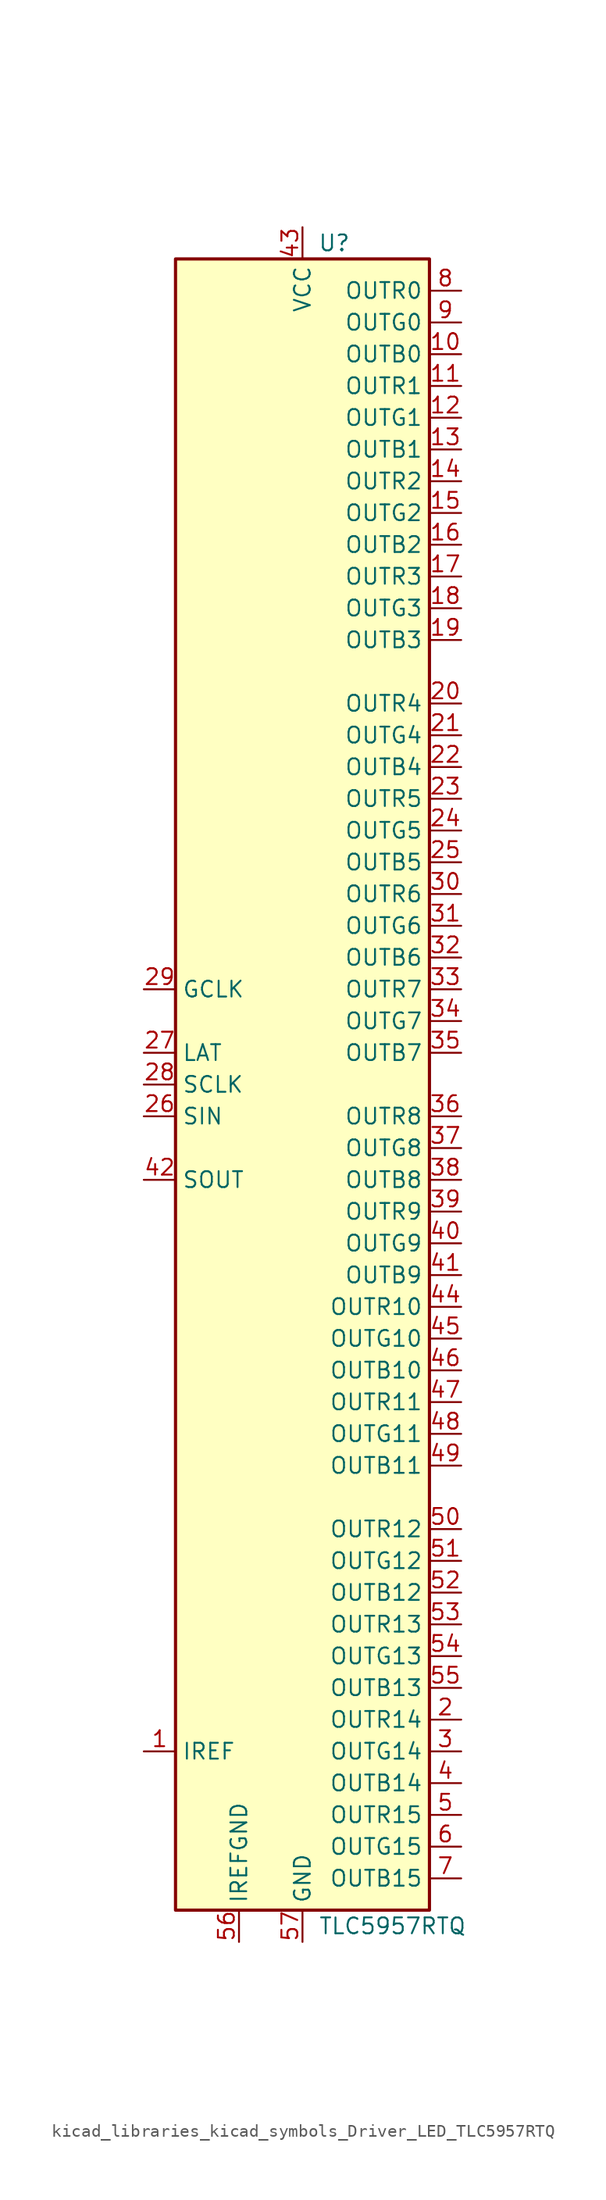
<source format=kicad_sym>
(kicad_symbol_lib
  (version 20220914)
  (generator kicad_symbol_editor)
  (symbol "kicad_libraries_kicad_symbols_Driver_LED_TLC5957RTQ"
    (property "Reference" "U"
      (at 2.54 67.31 0)
      (effects (font (size 1.27 1.27))))
    (property "Value" "TLC5957RTQ"
      (at 1.27 -67.31 0)
      (effects (font (size 1.27 1.27)) (justify left)))
    (symbol "kicad_libraries_kicad_symbols_Driver_LED_TLC5957RTQ_0_1"
      (rectangle (start -10.16 66.04) (end 10.16 -66.04) (stroke (width 0.254) (type default)) (fill (type background)))
      (pin passive line (at -12.7 -53.34 0) (length 2.54) (name "IREF" (effects (font (size 1.27 1.27)))) (number "1" (effects (font (size 1.27 1.27)))))
      (pin open_collector line (at 12.7 58.42 180) (length 2.54) (name "OUTB0" (effects (font (size 1.27 1.27)))) (number "10" (effects (font (size 1.27 1.27)))))
      (pin open_collector line (at 12.7 55.88 180) (length 2.54) (name "OUTR1" (effects (font (size 1.27 1.27)))) (number "11" (effects (font (size 1.27 1.27)))))
      (pin open_collector line (at 12.7 53.34 180) (length 2.54) (name "OUTG1" (effects (font (size 1.27 1.27)))) (number "12" (effects (font (size 1.27 1.27)))))
      (pin open_collector line (at 12.7 50.8 180) (length 2.54) (name "OUTB1" (effects (font (size 1.27 1.27)))) (number "13" (effects (font (size 1.27 1.27)))))
      (pin open_collector line (at 12.7 48.26 180) (length 2.54) (name "OUTR2" (effects (font (size 1.27 1.27)))) (number "14" (effects (font (size 1.27 1.27)))))
      (pin open_collector line (at 12.7 45.72 180) (length 2.54) (name "OUTG2" (effects (font (size 1.27 1.27)))) (number "15" (effects (font (size 1.27 1.27)))))
      (pin open_collector line (at 12.7 43.18 180) (length 2.54) (name "OUTB2" (effects (font (size 1.27 1.27)))) (number "16" (effects (font (size 1.27 1.27)))))
      (pin open_collector line (at 12.7 40.64 180) (length 2.54) (name "OUTR3" (effects (font (size 1.27 1.27)))) (number "17" (effects (font (size 1.27 1.27)))))
      (pin open_collector line (at 12.7 38.1 180) (length 2.54) (name "OUTG3" (effects (font (size 1.27 1.27)))) (number "18" (effects (font (size 1.27 1.27)))))
      (pin open_collector line (at 12.7 35.56 180) (length 2.54) (name "OUTB3" (effects (font (size 1.27 1.27)))) (number "19" (effects (font (size 1.27 1.27)))))
      (pin open_collector line (at 12.7 -50.8 180) (length 2.54) (name "OUTR14" (effects (font (size 1.27 1.27)))) (number "2" (effects (font (size 1.27 1.27)))))
      (pin open_collector line (at 12.7 30.48 180) (length 2.54) (name "OUTR4" (effects (font (size 1.27 1.27)))) (number "20" (effects (font (size 1.27 1.27)))))
      (pin open_collector line (at 12.7 27.94 180) (length 2.54) (name "OUTG4" (effects (font (size 1.27 1.27)))) (number "21" (effects (font (size 1.27 1.27)))))
      (pin open_collector line (at 12.7 25.4 180) (length 2.54) (name "OUTB4" (effects (font (size 1.27 1.27)))) (number "22" (effects (font (size 1.27 1.27)))))
      (pin open_collector line (at 12.7 22.86 180) (length 2.54) (name "OUTR5" (effects (font (size 1.27 1.27)))) (number "23" (effects (font (size 1.27 1.27)))))
      (pin open_collector line (at 12.7 20.32 180) (length 2.54) (name "OUTG5" (effects (font (size 1.27 1.27)))) (number "24" (effects (font (size 1.27 1.27)))))
      (pin open_collector line (at 12.7 17.78 180) (length 2.54) (name "OUTB5" (effects (font (size 1.27 1.27)))) (number "25" (effects (font (size 1.27 1.27)))))
      (pin input line (at -12.7 -2.54 0) (length 2.54) (name "SIN" (effects (font (size 1.27 1.27)))) (number "26" (effects (font (size 1.27 1.27)))))
      (pin input line (at -12.7 2.54 0) (length 2.54) (name "LAT" (effects (font (size 1.27 1.27)))) (number "27" (effects (font (size 1.27 1.27)))))
      (pin input line (at -12.7 0 0) (length 2.54) (name "SCLK" (effects (font (size 1.27 1.27)))) (number "28" (effects (font (size 1.27 1.27)))))
      (pin input line (at -12.7 7.62 0) (length 2.54) (name "GCLK" (effects (font (size 1.27 1.27)))) (number "29" (effects (font (size 1.27 1.27)))))
      (pin open_collector line (at 12.7 -53.34 180) (length 2.54) (name "OUTG14" (effects (font (size 1.27 1.27)))) (number "3" (effects (font (size 1.27 1.27)))))
      (pin open_collector line (at 12.7 15.24 180) (length 2.54) (name "OUTR6" (effects (font (size 1.27 1.27)))) (number "30" (effects (font (size 1.27 1.27)))))
      (pin open_collector line (at 12.7 12.7 180) (length 2.54) (name "OUTG6" (effects (font (size 1.27 1.27)))) (number "31" (effects (font (size 1.27 1.27)))))
      (pin open_collector line (at 12.7 10.16 180) (length 2.54) (name "OUTB6" (effects (font (size 1.27 1.27)))) (number "32" (effects (font (size 1.27 1.27)))))
      (pin open_collector line (at 12.7 7.62 180) (length 2.54) (name "OUTR7" (effects (font (size 1.27 1.27)))) (number "33" (effects (font (size 1.27 1.27)))))
      (pin open_collector line (at 12.7 5.08 180) (length 2.54) (name "OUTG7" (effects (font (size 1.27 1.27)))) (number "34" (effects (font (size 1.27 1.27)))))
      (pin open_collector line (at 12.7 2.54 180) (length 2.54) (name "OUTB7" (effects (font (size 1.27 1.27)))) (number "35" (effects (font (size 1.27 1.27)))))
      (pin open_collector line (at 12.7 -2.54 180) (length 2.54) (name "OUTR8" (effects (font (size 1.27 1.27)))) (number "36" (effects (font (size 1.27 1.27)))))
      (pin open_collector line (at 12.7 -5.08 180) (length 2.54) (name "OUTG8" (effects (font (size 1.27 1.27)))) (number "37" (effects (font (size 1.27 1.27)))))
      (pin open_collector line (at 12.7 -7.62 180) (length 2.54) (name "OUTB8" (effects (font (size 1.27 1.27)))) (number "38" (effects (font (size 1.27 1.27)))))
      (pin open_collector line (at 12.7 -10.16 180) (length 2.54) (name "OUTR9" (effects (font (size 1.27 1.27)))) (number "39" (effects (font (size 1.27 1.27)))))
      (pin open_collector line (at 12.7 -55.88 180) (length 2.54) (name "OUTB14" (effects (font (size 1.27 1.27)))) (number "4" (effects (font (size 1.27 1.27)))))
      (pin open_collector line (at 12.7 -12.7 180) (length 2.54) (name "OUTG9" (effects (font (size 1.27 1.27)))) (number "40" (effects (font (size 1.27 1.27)))))
      (pin open_collector line (at 12.7 -15.24 180) (length 2.54) (name "OUTB9" (effects (font (size 1.27 1.27)))) (number "41" (effects (font (size 1.27 1.27)))))
      (pin power_in line (at 0 68.58 270) (length 2.54) (name "VCC" (effects (font (size 1.27 1.27)))) (number "43" (effects (font (size 1.27 1.27)))))
      (pin open_collector line (at 12.7 -17.78 180) (length 2.54) (name "OUTR10" (effects (font (size 1.27 1.27)))) (number "44" (effects (font (size 1.27 1.27)))))
      (pin open_collector line (at 12.7 -20.32 180) (length 2.54) (name "OUTG10" (effects (font (size 1.27 1.27)))) (number "45" (effects (font (size 1.27 1.27)))))
      (pin open_collector line (at 12.7 -22.86 180) (length 2.54) (name "OUTB10" (effects (font (size 1.27 1.27)))) (number "46" (effects (font (size 1.27 1.27)))))
      (pin open_collector line (at 12.7 -25.4 180) (length 2.54) (name "OUTR11" (effects (font (size 1.27 1.27)))) (number "47" (effects (font (size 1.27 1.27)))))
      (pin open_collector line (at 12.7 -27.94 180) (length 2.54) (name "OUTG11" (effects (font (size 1.27 1.27)))) (number "48" (effects (font (size 1.27 1.27)))))
      (pin open_collector line (at 12.7 -30.48 180) (length 2.54) (name "OUTB11" (effects (font (size 1.27 1.27)))) (number "49" (effects (font (size 1.27 1.27)))))
      (pin open_collector line (at 12.7 -58.42 180) (length 2.54) (name "OUTR15" (effects (font (size 1.27 1.27)))) (number "5" (effects (font (size 1.27 1.27)))))
      (pin open_collector line (at 12.7 -35.56 180) (length 2.54) (name "OUTR12" (effects (font (size 1.27 1.27)))) (number "50" (effects (font (size 1.27 1.27)))))
      (pin open_collector line (at 12.7 -38.1 180) (length 2.54) (name "OUTG12" (effects (font (size 1.27 1.27)))) (number "51" (effects (font (size 1.27 1.27)))))
      (pin open_collector line (at 12.7 -40.64 180) (length 2.54) (name "OUTB12" (effects (font (size 1.27 1.27)))) (number "52" (effects (font (size 1.27 1.27)))))
      (pin open_collector line (at 12.7 -43.18 180) (length 2.54) (name "OUTR13" (effects (font (size 1.27 1.27)))) (number "53" (effects (font (size 1.27 1.27)))))
      (pin open_collector line (at 12.7 -45.72 180) (length 2.54) (name "OUTG13" (effects (font (size 1.27 1.27)))) (number "54" (effects (font (size 1.27 1.27)))))
      (pin open_collector line (at 12.7 -48.26 180) (length 2.54) (name "OUTB13" (effects (font (size 1.27 1.27)))) (number "55" (effects (font (size 1.27 1.27)))))
      (pin power_in line (at -5.08 -68.58 90) (length 2.54) (name "IREFGND" (effects (font (size 1.27 1.27)))) (number "56" (effects (font (size 1.27 1.27)))))
      (pin power_in line (at 0 -68.58 90) (length 2.54) (name "GND" (effects (font (size 1.27 1.27)))) (number "57" (effects (font (size 1.27 1.27)))))
      (pin open_collector line (at 12.7 -60.96 180) (length 2.54) (name "OUTG15" (effects (font (size 1.27 1.27)))) (number "6" (effects (font (size 1.27 1.27)))))
      (pin open_collector line (at 12.7 -63.5 180) (length 2.54) (name "OUTB15" (effects (font (size 1.27 1.27)))) (number "7" (effects (font (size 1.27 1.27)))))
      (pin open_collector line (at 12.7 63.5 180) (length 2.54) (name "OUTR0" (effects (font (size 1.27 1.27)))) (number "8" (effects (font (size 1.27 1.27)))))
      (pin open_collector line (at 12.7 60.96 180) (length 2.54) (name "OUTG0" (effects (font (size 1.27 1.27)))) (number "9" (effects (font (size 1.27 1.27))))))
    (symbol "kicad_libraries_kicad_symbols_Driver_LED_TLC5957RTQ_1_1"
      (pin output line (at -12.7 -7.62 0) (length 2.54) (name "SOUT" (effects (font (size 1.27 1.27)))) (number "42" (effects (font (size 1.27 1.27))))))))
</source>
